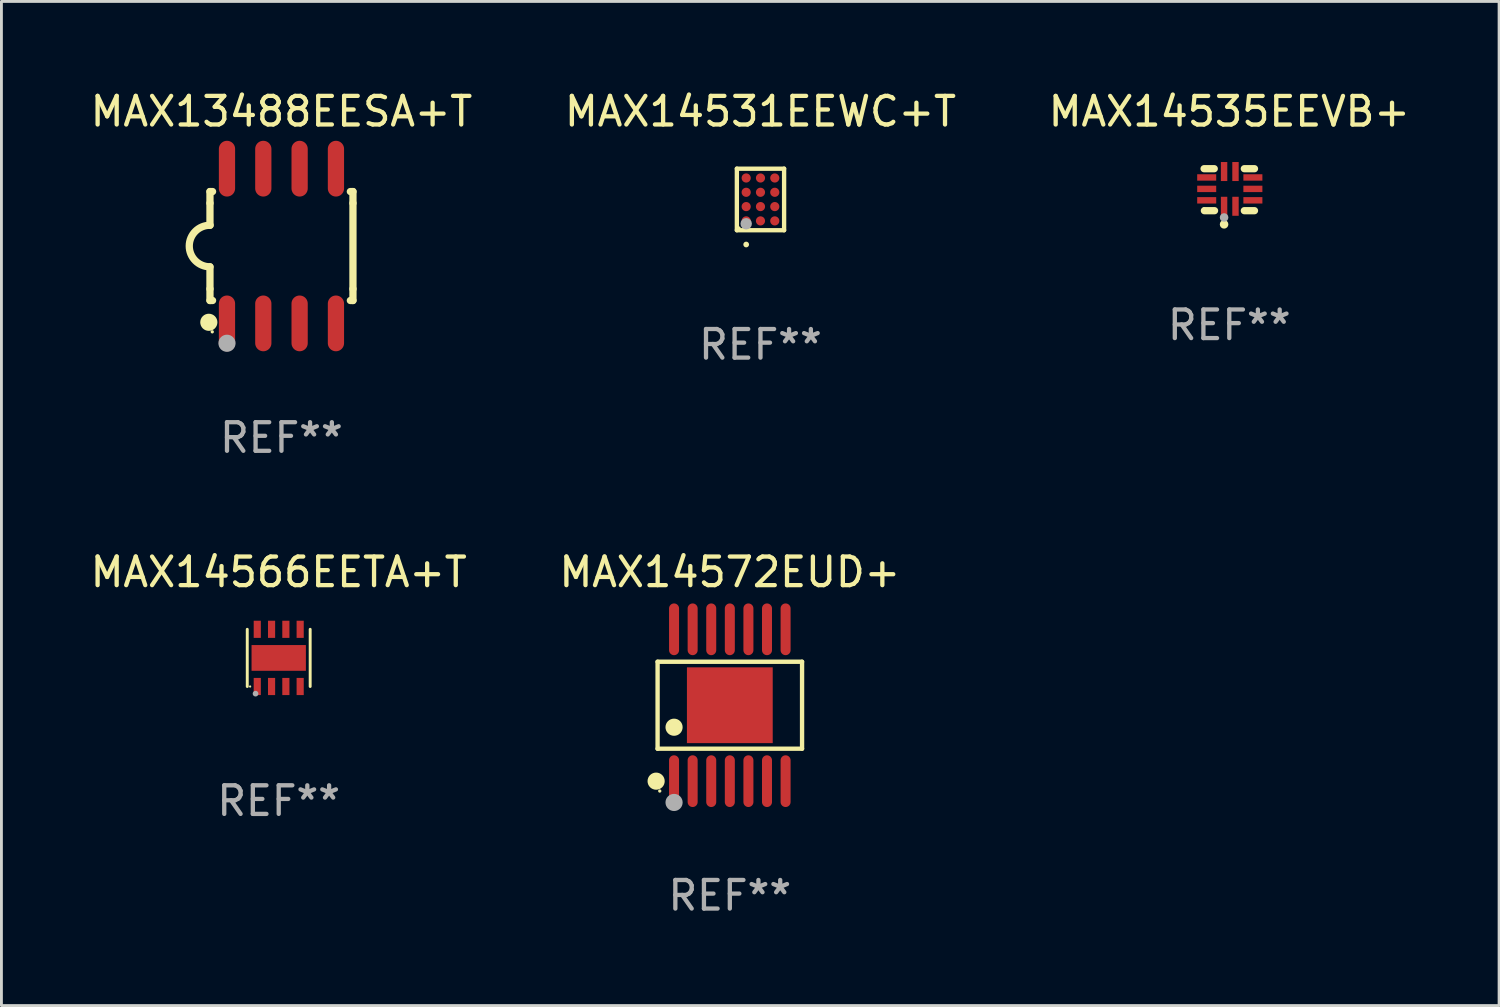
<source format=kicad_pcb>
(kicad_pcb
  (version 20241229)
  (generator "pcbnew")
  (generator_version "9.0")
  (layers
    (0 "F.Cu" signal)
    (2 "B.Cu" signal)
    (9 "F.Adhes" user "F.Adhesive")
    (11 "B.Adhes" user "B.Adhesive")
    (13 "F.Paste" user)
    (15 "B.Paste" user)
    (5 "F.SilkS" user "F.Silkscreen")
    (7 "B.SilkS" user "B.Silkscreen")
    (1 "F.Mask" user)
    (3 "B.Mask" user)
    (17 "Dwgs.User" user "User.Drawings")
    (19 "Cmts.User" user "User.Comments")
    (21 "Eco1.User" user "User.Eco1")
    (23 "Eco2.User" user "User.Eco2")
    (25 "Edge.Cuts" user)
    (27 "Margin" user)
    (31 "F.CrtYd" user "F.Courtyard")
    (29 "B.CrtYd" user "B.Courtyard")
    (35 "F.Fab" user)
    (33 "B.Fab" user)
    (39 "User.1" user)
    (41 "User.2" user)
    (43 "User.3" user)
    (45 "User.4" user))
  (footprint "MAX13488EESA+T"
    (layer "F.Cu")
    (at 6.792 5.553)
    (property "Reference" "MAX13488EESA+T" (at 0 -4.705 0) (layer "F.SilkS") (effects (font (size 1 1) (thickness 0.15))))
    (attr through_hole)
    (fp_line (start -2.5 -1.905) (end -2.409 -1.905) (stroke (width 0.254) (type solid)) (layer "F.SilkS"))
    (fp_line (start -2.5 -1.5) (end -2.5 -1.905) (stroke (width 0.254) (type solid)) (layer "F.SilkS"))
    (fp_line (start -2.5 -1.5) (end -2.5 -0.726) (stroke (width 0.254) (type solid)) (layer "F.SilkS"))
    (fp_line (start -2.5 1.5) (end -2.5 0.727) (stroke (width 0.254) (type solid)) (layer "F.SilkS"))
    (fp_line (start -2.5 1.5) (end -2.5 1.905) (stroke (width 0.254) (type solid)) (layer "F.SilkS"))
    (fp_line (start -2.5 1.905) (end -2.409 1.905) (stroke (width 0.254) (type solid)) (layer "F.SilkS"))
    (fp_line (start 2.5 -1.905) (end 2.409 -1.905) (stroke (width 0.254) (type solid)) (layer "F.SilkS"))
    (fp_line (start 2.5 -1.5) (end 2.5 -1.905) (stroke (width 0.254) (type solid)) (layer "F.SilkS"))
    (fp_line (start 2.5 -1.5) (end 2.5 1.5) (stroke (width 0.254) (type solid)) (layer "F.SilkS"))
    (fp_line (start 2.5 1.5) (end 2.5 1.905) (stroke (width 0.254) (type solid)) (layer "F.SilkS"))
    (fp_line (start 2.5 1.905) (end 2.409 1.905) (stroke (width 0.254) (type solid)) (layer "F.SilkS"))
    (fp_arc (start -2.5 0.726568) (mid -3.220316 -0.0023) (end -2.495097 -0.726289) (stroke (width 0.254001) (type solid)) (layer "F.SilkS"))
    (fp_circle (center -2.54 2.667) (end -2.39 2.667) (stroke (width 0.3) (type solid)) (fill no) (layer "F.SilkS"))
    (fp_circle (center -2.42 3) (end -2.39 3) (stroke (width 0.06) (type solid)) (fill no) (layer "F.SilkS"))
    (fp_circle (center -1.905 3.4) (end -1.755 3.4) (stroke (width 0.3) (type solid)) (fill no) (layer "F.Fab"))
    (fp_text user "REF**" (at 0 6.705 0) (layer "F.Fab") (effects (font (size 1 1) (thickness 0.15))))
    (pad "1" smd oval (at -1.905 2.705) (size 0.568 1.95) (layers "F.Cu" "F.Mask" "F.Paste"))
    (pad "2" smd oval (at -0.635 2.705) (size 0.568 1.95) (layers "F.Cu" "F.Mask" "F.Paste"))
    (pad "3" smd oval (at 0.635 2.705) (size 0.568 1.95) (layers "F.Cu" "F.Mask" "F.Paste"))
    (pad "4" smd oval (at 1.905 2.705) (size 0.568 1.95) (layers "F.Cu" "F.Mask" "F.Paste"))
    (pad "5" smd oval (at 1.905 -2.705) (size 0.568 1.95) (layers "F.Cu" "F.Mask" "F.Paste"))
    (pad "6" smd oval (at 0.635 -2.705) (size 0.568 1.95) (layers "F.Cu" "F.Mask" "F.Paste"))
    (pad "7" smd oval (at -0.635 -2.705) (size 0.568 1.95) (layers "F.Cu" "F.Mask" "F.Paste"))
    (pad "8" smd oval (at -1.905 -2.705) (size 0.568 1.95) (layers "F.Cu" "F.Mask" "F.Paste")))
  (footprint "MAX14531EEWC+T"
    (layer "F.Cu")
    (at 23.542 3.924)
    (property "Reference" "MAX14531EEWC+T" (at 0 -3.076 0) (layer "F.SilkS") (effects (font (size 1 1) (thickness 0.15))))
    (attr through_hole)
    (fp_line (start -0.826 -1.076) (end 0.826 -1.076) (stroke (width 0.152) (type solid)) (layer "F.SilkS"))
    (fp_line (start -0.826 1.076) (end -0.826 -1.076) (stroke (width 0.152) (type solid)) (layer "F.SilkS"))
    (fp_line (start 0.826 -1.076) (end 0.826 1.076) (stroke (width 0.152) (type solid)) (layer "F.SilkS"))
    (fp_line (start 0.826 1.076) (end -0.826 1.076) (stroke (width 0.152) (type solid)) (layer "F.SilkS"))
    (fp_circle (center -0.75 1) (end -0.72 1) (stroke (width 0.06) (type solid)) (fill no) (layer "F.SilkS"))
    (fp_circle (center -0.5 1.576) (end -0.45 1.576) (stroke (width 0.1) (type solid)) (fill no) (layer "F.SilkS"))
    (fp_circle (center -0.5 0.85) (end -0.4 0.85) (stroke (width 0.2) (type solid)) (fill no) (layer "F.Fab"))
    (fp_text user "REF**" (at 0 5.076 0) (layer "F.Fab") (effects (font (size 1 1) (thickness 0.15))))
    (pad "A1" smd circle (at -0.5 0.75) (size 0.32 0.32) (layers "F.Cu" "F.Mask" "F.Paste"))
    (pad "A2" smd circle (at -0.5 0.25) (size 0.32 0.32) (layers "F.Cu" "F.Mask" "F.Paste"))
    (pad "A3" smd circle (at -0.5 -0.25) (size 0.32 0.32) (layers "F.Cu" "F.Mask" "F.Paste"))
    (pad "A4" smd circle (at -0.5 -0.75) (size 0.32 0.32) (layers "F.Cu" "F.Mask" "F.Paste"))
    (pad "B1" smd circle (at -0.000013 0.75) (size 0.32 0.32) (layers "F.Cu" "F.Mask" "F.Paste"))
    (pad "B2" smd circle (at -0.000013 0.25) (size 0.32 0.32) (layers "F.Cu" "F.Mask" "F.Paste"))
    (pad "B3" smd circle (at -0.000013 -0.25) (size 0.32 0.32) (layers "F.Cu" "F.Mask" "F.Paste"))
    (pad "B4" smd circle (at -0.000013 -0.75) (size 0.32 0.32) (layers "F.Cu" "F.Mask" "F.Paste"))
    (pad "C1" smd circle (at 0.5 0.75) (size 0.32 0.32) (layers "F.Cu" "F.Mask" "F.Paste"))
    (pad "C2" smd circle (at 0.5 0.25) (size 0.32 0.32) (layers "F.Cu" "F.Mask" "F.Paste"))
    (pad "C3" smd circle (at 0.5 -0.25) (size 0.32 0.32) (layers "F.Cu" "F.Mask" "F.Paste"))
    (pad "C4" smd circle (at 0.5 -0.75) (size 0.32 0.32) (layers "F.Cu" "F.Mask" "F.Paste")))
  (footprint "MAX14535EEVB+"
    (layer "F.Cu")
    (at 39.935 3.583)
    (property "Reference" "MAX14535EEVB+" (at 0 -2.734 0) (layer "F.SilkS") (effects (font (size 1 1) (thickness 0.15))))
    (attr through_hole)
    (fp_line (start -0.881 -0.734) (end -0.526 -0.734) (stroke (width 0.254) (type solid)) (layer "F.SilkS"))
    (fp_line (start -0.871 0.734) (end -0.516 0.734) (stroke (width 0.254) (type solid)) (layer "F.SilkS"))
    (fp_line (start 0.526 -0.734) (end 0.881 -0.734) (stroke (width 0.254) (type solid)) (layer "F.SilkS"))
    (fp_line (start 0.526 0.734) (end 0.881 0.734) (stroke (width 0.254) (type solid)) (layer "F.SilkS"))
    (fp_circle (center -0.882 0.672) (end -0.852 0.672) (stroke (width 0.06) (type solid)) (fill no) (layer "F.SilkS"))
    (fp_circle (center -0.182 1.212) (end -0.107 1.212) (stroke (width 0.15) (type solid)) (fill no) (layer "F.SilkS"))
    (fp_circle (center -0.182 0.972) (end -0.107 0.972) (stroke (width 0.15) (type solid)) (fill no) (layer "F.Fab"))
    (fp_text user "REF**" (at 0 4.734 0) (layer "F.Fab") (effects (font (size 1 1) (thickness 0.15))))
    (pad "1" smd rect (at -0.182 0.58) (size 0.224 0.665) (layers "F.Cu" "F.Mask" "F.Paste"))
    (pad "2" smd rect (at 0.217 0.58) (size 0.224 0.665) (layers "F.Cu" "F.Mask" "F.Paste"))
    (pad "3" smd rect (at 0.825 0.372) (size 0.665 0.224) (layers "F.Cu" "F.Mask" "F.Paste"))
    (pad "4" smd rect (at 0.825 -0.028) (size 0.665 0.224) (layers "F.Cu" "F.Mask" "F.Paste"))
    (pad "5" smd rect (at 0.825 -0.428) (size 0.665 0.224) (layers "F.Cu" "F.Mask" "F.Paste"))
    (pad "6" smd rect (at 0.217 -0.635) (size 0.224 0.665) (layers "F.Cu" "F.Mask" "F.Paste"))
    (pad "7" smd rect (at -0.182 -0.635) (size 0.224 0.665) (layers "F.Cu" "F.Mask" "F.Paste"))
    (pad "8" smd rect (at -0.79 -0.428) (size 0.665 0.224) (layers "F.Cu" "F.Mask" "F.Paste"))
    (pad "9" smd rect (at -0.79 -0.028) (size 0.665 0.224) (layers "F.Cu" "F.Mask" "F.Paste"))
    (pad "10" smd rect (at -0.79 0.372) (size 0.665 0.224) (layers "F.Cu" "F.Mask" "F.Paste")))
  (footprint "MAX14566EETA+T"
    (layer "F.Cu")
    (at 6.696 19.955)
    (property "Reference" "MAX14566EETA+T" (at 0 -3 0) (layer "F.SilkS") (effects (font (size 1 1) (thickness 0.15))))
    (attr through_hole)
    (fp_line (start -1.1 1) (end -1.1 -1) (stroke (width 0.102) (type solid)) (layer "F.SilkS"))
    (fp_line (start 1.1 1) (end 1.1 -1) (stroke (width 0.102) (type solid)) (layer "F.SilkS"))
    (fp_circle (center -1 1) (end -0.98 1) (stroke (width 0.04) (type solid)) (fill no) (layer "F.SilkS"))
    (fp_circle (center -0.81 1.25) (end -0.76 1.25) (stroke (width 0.1) (type solid)) (fill no) (layer "F.Fab"))
    (fp_text user "REF**" (at 0 5 0) (layer "F.Fab") (effects (font (size 1 1) (thickness 0.15))))
    (pad "1" smd rect (at -0.75 1 90) (size 0.6 0.25) (layers "F.Cu" "F.Mask" "F.Paste"))
    (pad "2" smd rect (at -0.25 1 90) (size 0.6 0.25) (layers "F.Cu" "F.Mask" "F.Paste"))
    (pad "3" smd rect (at 0.25 1 90) (size 0.6 0.25) (layers "F.Cu" "F.Mask" "F.Paste"))
    (pad "4" smd rect (at 0.75 1 90) (size 0.6 0.25) (layers "F.Cu" "F.Mask" "F.Paste"))
    (pad "5" smd rect (at 0.75 -1 90) (size 0.6 0.25) (layers "F.Cu" "F.Mask" "F.Paste"))
    (pad "6" smd rect (at 0.25 -1 90) (size 0.6 0.25) (layers "F.Cu" "F.Mask" "F.Paste"))
    (pad "7" smd rect (at -0.25 -1 90) (size 0.6 0.25) (layers "F.Cu" "F.Mask" "F.Paste"))
    (pad "8" smd rect (at -0.75 -1 90) (size 0.6 0.25) (layers "F.Cu" "F.Mask" "F.Paste"))
    (pad "9" smd rect (at -0.000127 0.001 180) (size 1.9 0.9) (layers "F.Cu" "F.Mask" "F.Paste")))
  (footprint "MAX14572EUD+"
    (layer "F.Cu")
    (at 22.47 21.61)
    (property "Reference" "MAX14572EUD+" (at 0 -4.655 0) (layer "F.SilkS") (effects (font (size 1 1) (thickness 0.15))))
    (attr through_hole)
    (fp_line (start -2.526 -1.521) (end 2.526 -1.521) (stroke (width 0.152) (type solid)) (layer "F.SilkS"))
    (fp_line (start -2.526 1.521) (end -2.526 -1.521) (stroke (width 0.152) (type solid)) (layer "F.SilkS"))
    (fp_line (start 2.526 -1.521) (end 2.526 1.521) (stroke (width 0.152) (type solid)) (layer "F.SilkS"))
    (fp_line (start 2.526 1.521) (end -2.526 1.521) (stroke (width 0.152) (type solid)) (layer "F.SilkS"))
    (fp_circle (center -2.577 2.655) (end -2.427 2.655) (stroke (width 0.3) (type solid)) (fill no) (layer "F.SilkS"))
    (fp_circle (center -2.45 3) (end -2.42 3) (stroke (width 0.06) (type solid)) (fill no) (layer "F.SilkS"))
    (fp_circle (center -1.95 0.769) (end -1.8 0.769) (stroke (width 0.3) (type solid)) (fill no) (layer "F.SilkS"))
    (fp_circle (center -1.95 3.4) (end -1.8 3.4) (stroke (width 0.3) (type solid)) (fill no) (layer "F.Fab"))
    (fp_text user "REF**" (at 0 6.655 0) (layer "F.Fab") (effects (font (size 1 1) (thickness 0.15))))
    (pad "1" smd oval (at -1.95 2.655) (size 0.35 1.809) (layers "F.Cu" "F.Mask" "F.Paste"))
    (pad "2" smd oval (at -1.3 2.655) (size 0.35 1.809) (layers "F.Cu" "F.Mask" "F.Paste"))
    (pad "3" smd oval (at -0.65 2.655) (size 0.35 1.809) (layers "F.Cu" "F.Mask" "F.Paste"))
    (pad "4" smd oval (at 0 2.655) (size 0.35 1.809) (layers "F.Cu" "F.Mask" "F.Paste"))
    (pad "5" smd oval (at 0.65 2.655) (size 0.35 1.809) (layers "F.Cu" "F.Mask" "F.Paste"))
    (pad "6" smd oval (at 1.3 2.655) (size 0.35 1.809) (layers "F.Cu" "F.Mask" "F.Paste"))
    (pad "7" smd oval (at 1.95 2.655) (size 0.35 1.809) (layers "F.Cu" "F.Mask" "F.Paste"))
    (pad "8" smd oval (at 1.95 -2.655) (size 0.35 1.809) (layers "F.Cu" "F.Mask" "F.Paste"))
    (pad "9" smd oval (at 1.3 -2.655) (size 0.35 1.809) (layers "F.Cu" "F.Mask" "F.Paste"))
    (pad "10" smd oval (at 0.65 -2.655) (size 0.35 1.809) (layers "F.Cu" "F.Mask" "F.Paste"))
    (pad "11" smd oval (at 0 -2.655) (size 0.35 1.809) (layers "F.Cu" "F.Mask" "F.Paste"))
    (pad "12" smd oval (at -0.65 -2.655) (size 0.35 1.809) (layers "F.Cu" "F.Mask" "F.Paste"))
    (pad "13" smd oval (at -1.3 -2.655) (size 0.35 1.809) (layers "F.Cu" "F.Mask" "F.Paste"))
    (pad "14" smd oval (at -1.95 -2.655) (size 0.35 1.809) (layers "F.Cu" "F.Mask" "F.Paste"))
    (pad "15" smd rect (at 0 0) (size 3 2.65) (layers "F.Cu" "F.Mask" "F.Paste")))
  (gr_rect
    (start -3 -3)
    (end 49.369 32.112)
    (stroke (width 0.1) (type default))
    (fill no)
    (layer "Edge.Cuts")))
</source>
